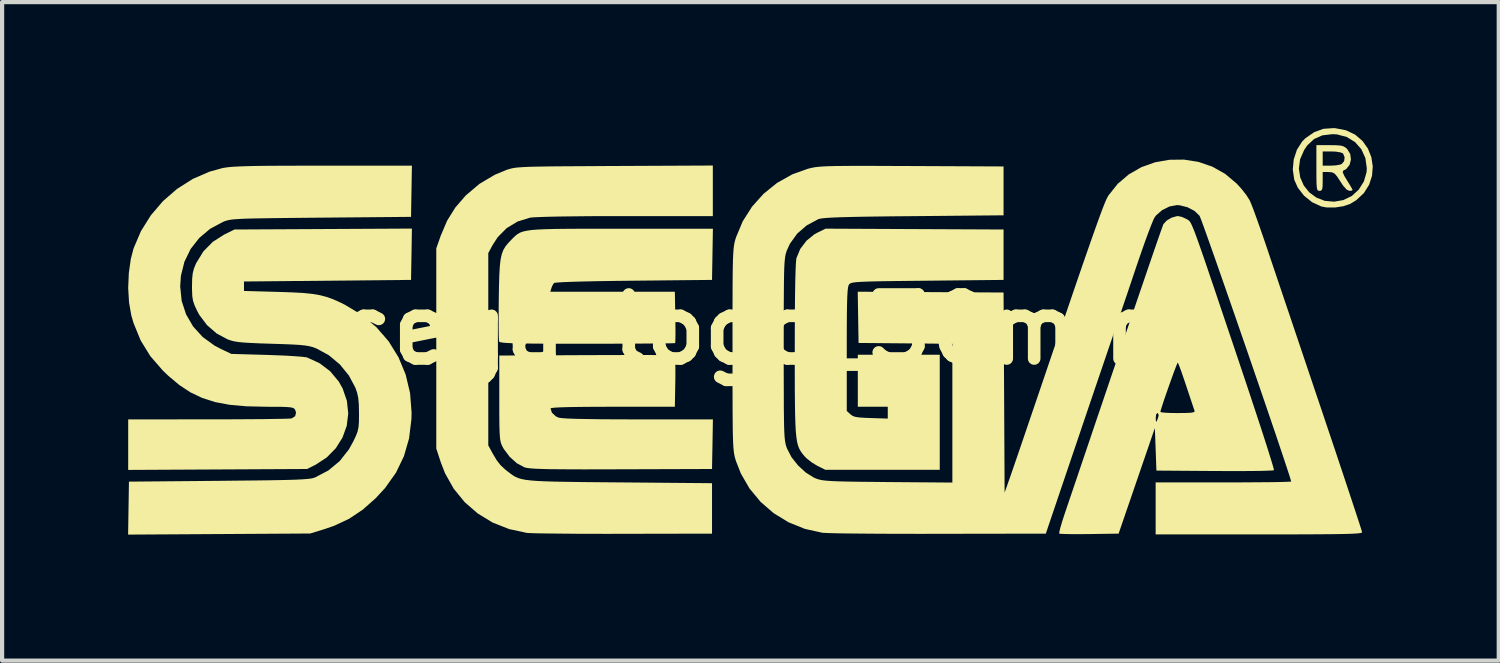
<source format=kicad_pcb>
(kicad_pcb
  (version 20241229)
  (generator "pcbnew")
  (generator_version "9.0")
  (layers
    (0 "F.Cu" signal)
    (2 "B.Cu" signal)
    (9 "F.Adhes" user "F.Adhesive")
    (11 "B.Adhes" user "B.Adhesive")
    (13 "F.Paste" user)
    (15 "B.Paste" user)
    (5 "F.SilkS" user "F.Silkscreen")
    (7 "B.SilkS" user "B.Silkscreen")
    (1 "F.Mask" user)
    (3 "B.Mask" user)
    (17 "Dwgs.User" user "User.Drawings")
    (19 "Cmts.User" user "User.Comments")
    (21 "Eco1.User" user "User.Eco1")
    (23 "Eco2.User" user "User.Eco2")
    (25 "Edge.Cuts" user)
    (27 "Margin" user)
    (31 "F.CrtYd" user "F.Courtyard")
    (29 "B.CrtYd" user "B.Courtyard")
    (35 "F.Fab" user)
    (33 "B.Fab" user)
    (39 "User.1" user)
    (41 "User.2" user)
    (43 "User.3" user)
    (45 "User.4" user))
  (footprint "sega_logo_30mm"
    (layer "F.Cu")
    (at 14.859 4.796)
    (property "Reference" "sega_logo_30mm" (at 0 0 0) (layer "F.SilkS") (effects (font (size 1.524 1.524) (thickness 0.3))))
    (attr board_only exclude_from_pos_files exclude_from_bom)
    (fp_poly (pts (xy 13.885 -4.793) (xy 14.141 -4.743) (xy 14.357 -4.639) (xy 14.53 -4.49) (xy 14.659 -4.308) (xy 14.741 -4.103) (xy 14.774 -3.884) (xy 14.757 -3.662) (xy 14.687 -3.447) (xy 14.563 -3.25) (xy 14.382 -3.08) (xy 14.241 -2.994) (xy 14.077 -2.937) (xy 13.878 -2.906) (xy 13.681 -2.906) (xy 13.55 -2.93) (xy 13.331 -3.031) (xy 13.138 -3.186) (xy 12.989 -3.378) (xy 12.905 -3.567) (xy 12.87 -3.808) (xy 12.872 -3.833) (xy 13.015 -3.833) (xy 13.047 -3.622) (xy 13.131 -3.43) (xy 13.261 -3.267) (xy 13.429 -3.143) (xy 13.629 -3.065) (xy 13.853 -3.044) (xy 14.072 -3.082) (xy 14.275 -3.18) (xy 14.442 -3.333) (xy 14.563 -3.527) (xy 14.626 -3.745) (xy 14.632 -3.84) (xy 14.598 -4.083) (xy 14.502 -4.294) (xy 14.351 -4.464) (xy 14.156 -4.584) (xy 13.923 -4.646) (xy 13.814 -4.652) (xy 13.575 -4.624) (xy 13.378 -4.537) (xy 13.217 -4.386) (xy 13.141 -4.276) (xy 13.044 -4.054) (xy 13.015 -3.833) (xy 12.872 -3.833) (xy 12.893 -4.052) (xy 12.969 -4.282) (xy 13.093 -4.477) (xy 13.173 -4.557) (xy 13.383 -4.701) (xy 13.599 -4.779) (xy 13.841 -4.796)) (stroke (width 0) (type solid)) (fill yes) (layer "F.SilkS"))
    (fp_poly (pts (xy 13.912 -4.388) (xy 14.017 -4.379) (xy 14.086 -4.358) (xy 14.139 -4.322) (xy 14.165 -4.298) (xy 14.237 -4.181) (xy 14.255 -4.048) (xy 14.222 -3.921) (xy 14.142 -3.822) (xy 14.07 -3.783) (xy 14.059 -3.746) (xy 14.098 -3.656) (xy 14.159 -3.555) (xy 14.227 -3.445) (xy 14.276 -3.361) (xy 14.295 -3.322) (xy 14.263 -3.306) (xy 14.218 -3.302) (xy 14.152 -3.332) (xy 14.069 -3.425) (xy 14.003 -3.525) (xy 13.926 -3.643) (xy 13.868 -3.71) (xy 13.812 -3.741) (xy 13.74 -3.75) (xy 13.722 -3.75) (xy 13.582 -3.752) (xy 13.582 -3.527) (xy 13.579 -3.401) (xy 13.567 -3.333) (xy 13.54 -3.306) (xy 13.507 -3.302) (xy 13.477 -3.305) (xy 13.457 -3.324) (xy 13.444 -3.37) (xy 13.436 -3.453) (xy 13.433 -3.585) (xy 13.432 -3.778) (xy 13.432 -3.846) (xy 13.432 -3.902) (xy 13.582 -3.902) (xy 13.772 -3.902) (xy 13.898 -3.909) (xy 14.002 -3.928) (xy 14.034 -3.941) (xy 14.092 -4.008) (xy 14.104 -4.103) (xy 14.067 -4.19) (xy 14.062 -4.195) (xy 14.002 -4.219) (xy 13.894 -4.236) (xy 13.799 -4.24) (xy 13.582 -4.24) (xy 13.582 -3.902) (xy 13.432 -3.902) (xy 13.432 -4.39) (xy 13.752 -4.39)) (stroke (width 0) (type solid)) (fill yes) (layer "F.SilkS"))
    (fp_poly (pts (xy -2.571 0.606) (xy -2.315 0.607) (xy -2.109 0.608) (xy -1.96 0.61) (xy -1.875 0.612) (xy -1.857 0.614) (xy -1.843 0.657) (xy -1.833 0.769) (xy -1.829 0.943) (xy -1.83 1.175) (xy -1.831 1.233) (xy -1.842 1.838) (xy -3.322 1.838) (xy -3.741 1.839) (xy -4.088 1.842) (xy -4.363 1.846) (xy -4.57 1.852) (xy -4.71 1.86) (xy -4.786 1.87) (xy -4.802 1.878) (xy -4.768 1.981) (xy -4.676 2.066) (xy -4.61 2.097) (xy -4.54 2.108) (xy -4.401 2.118) (xy -4.192 2.126) (xy -3.911 2.131) (xy -3.558 2.136) (xy -3.132 2.138) (xy -2.714 2.139) (xy -0.936 2.139) (xy -0.946 2.729) (xy -0.957 3.32) (xy -3.114 3.327) (xy -3.583 3.328) (xy -3.983 3.329) (xy -4.32 3.328) (xy -4.599 3.326) (xy -4.827 3.324) (xy -5.009 3.319) (xy -5.15 3.314) (xy -5.258 3.307) (xy -5.337 3.298) (xy -5.394 3.288) (xy -5.427 3.278) (xy -5.604 3.183) (xy -5.773 3.032) (xy -5.912 2.847) (xy -5.938 2.802) (xy -5.963 2.753) (xy -5.982 2.702) (xy -5.997 2.641) (xy -6.007 2.56) (xy -6.014 2.448) (xy -6.019 2.297) (xy -6.021 2.097) (xy -6.022 1.838) (xy -6.022 1.632) (xy -6.022 0.619) (xy -3.958 0.609) (xy -3.571 0.608) (xy -3.206 0.607) (xy -2.871 0.606)) (stroke (width 0) (type solid)) (fill yes) (layer "F.SilkS"))
    (fp_poly (pts (xy 3.865 -2.392) (xy 5.984 -2.382) (xy 5.984 -1.182) (xy 4.171 -1.163) (xy 3.755 -1.159) (xy 3.407 -1.155) (xy 3.122 -1.151) (xy 2.893 -1.146) (xy 2.713 -1.141) (xy 2.576 -1.135) (xy 2.476 -1.128) (xy 2.405 -1.119) (xy 2.359 -1.109) (xy 2.33 -1.096) (xy 2.312 -1.081) (xy 2.304 -1.071) (xy 2.29 -1.041) (xy 2.279 -0.987) (xy 2.27 -0.902) (xy 2.263 -0.78) (xy 2.258 -0.615) (xy 2.254 -0.399) (xy 2.252 -0.125) (xy 2.251 0.212) (xy 2.251 0.47) (xy 2.251 1.938) (xy 2.336 2.016) (xy 2.384 2.052) (xy 2.447 2.077) (xy 2.542 2.092) (xy 2.684 2.102) (xy 2.823 2.107) (xy 3.227 2.12) (xy 3.227 1.838) (xy 2.514 1.838) (xy 2.514 0.6) (xy 4.465 0.6) (xy 4.465 3.339) (xy 1.741 3.339) (xy 1.546 3.242) (xy 1.412 3.16) (xy 1.288 3.061) (xy 1.237 3.007) (xy 1.191 2.95) (xy 1.151 2.893) (xy 1.118 2.832) (xy 1.09 2.76) (xy 1.068 2.671) (xy 1.051 2.557) (xy 1.037 2.414) (xy 1.028 2.235) (xy 1.021 2.013) (xy 1.017 1.743) (xy 1.014 1.417) (xy 1.013 1.031) (xy 1.013 0.576) (xy 1.013 0.479) (xy 1.014 -0.021) (xy 1.016 -0.461) (xy 1.02 -0.838) (xy 1.025 -1.151) (xy 1.032 -1.398) (xy 1.04 -1.575) (xy 1.049 -1.68) (xy 1.053 -1.7) (xy 1.143 -1.918) (xy 1.291 -2.114) (xy 1.479 -2.267) (xy 1.546 -2.304) (xy 1.747 -2.402)) (stroke (width 0) (type solid)) (fill yes) (layer "F.SilkS"))
    (fp_poly (pts (xy -0.957 -1.182) (xy -2.821 -1.163) (xy -3.269 -1.158) (xy -3.664 -1.152) (xy -4.001 -1.145) (xy -4.277 -1.137) (xy -4.49 -1.129) (xy -4.636 -1.12) (xy -4.711 -1.111) (xy -4.721 -1.107) (xy -4.76 -1.042) (xy -4.782 -0.985) (xy -4.807 -0.9) (xy -1.842 -0.9) (xy -1.831 -0.297) (xy -1.828 -0.092) (xy -1.827 0.085) (xy -1.829 0.221) (xy -1.832 0.303) (xy -1.835 0.322) (xy -1.875 0.325) (xy -1.982 0.328) (xy -2.151 0.33) (xy -2.375 0.332) (xy -2.646 0.334) (xy -2.958 0.336) (xy -3.305 0.337) (xy -3.678 0.338) (xy -3.928 0.338) (xy -4.384 0.337) (xy -4.77 0.337) (xy -5.092 0.335) (xy -5.355 0.333) (xy -5.566 0.329) (xy -5.729 0.325) (xy -5.85 0.319) (xy -5.935 0.312) (xy -5.989 0.303) (xy -6.018 0.293) (xy -6.026 0.284) (xy -6.031 0.234) (xy -6.035 0.118) (xy -6.037 -0.05) (xy -6.037 -0.262) (xy -6.036 -0.505) (xy -6.034 -0.719) (xy -6.029 -1.045) (xy -6.021 -1.306) (xy -6.009 -1.511) (xy -5.99 -1.672) (xy -5.962 -1.798) (xy -5.923 -1.899) (xy -5.871 -1.985) (xy -5.804 -2.066) (xy -5.738 -2.135) (xy -5.685 -2.189) (xy -5.636 -2.235) (xy -5.587 -2.273) (xy -5.53 -2.306) (xy -5.461 -2.332) (xy -5.372 -2.352) (xy -5.258 -2.369) (xy -5.112 -2.381) (xy -4.93 -2.389) (xy -4.704 -2.395) (xy -4.428 -2.398) (xy -4.097 -2.4) (xy -3.705 -2.4) (xy -3.245 -2.4) (xy -3.122 -2.4) (xy -0.936 -2.401)) (stroke (width 0) (type solid)) (fill yes) (layer "F.SilkS"))
    (fp_poly (pts (xy -0.938 -2.701) (xy -3.015 -2.701) (xy -3.471 -2.701) (xy -3.89 -2.699) (xy -4.264 -2.695) (xy -4.59 -2.691) (xy -4.861 -2.685) (xy -5.073 -2.678) (xy -5.22 -2.671) (xy -5.293 -2.663) (xy -5.588 -2.571) (xy -5.846 -2.415) (xy -6.059 -2.2) (xy -6.184 -2.007) (xy -6.284 -1.82) (xy -6.284 2.758) (xy -6.182 2.945) (xy -6.086 3.108) (xy -5.993 3.228) (xy -5.879 3.334) (xy -5.813 3.386) (xy -5.751 3.433) (xy -5.693 3.474) (xy -5.635 3.508) (xy -5.57 3.536) (xy -5.491 3.559) (xy -5.393 3.578) (xy -5.27 3.593) (xy -5.114 3.605) (xy -4.921 3.614) (xy -4.683 3.621) (xy -4.396 3.626) (xy -4.052 3.631) (xy -3.645 3.635) (xy -3.17 3.639) (xy -3.152 3.639) (xy -0.957 3.658) (xy -0.957 4.859) (xy -3.058 4.863) (xy -3.455 4.864) (xy -3.835 4.863) (xy -4.191 4.862) (xy -4.514 4.859) (xy -4.797 4.856) (xy -5.033 4.853) (xy -5.213 4.849) (xy -5.331 4.844) (xy -5.368 4.841) (xy -5.79 4.75) (xy -6.181 4.595) (xy -6.535 4.379) (xy -6.846 4.109) (xy -7.107 3.789) (xy -7.313 3.423) (xy -7.414 3.163) (xy -7.522 2.833) (xy -7.522 -1.932) (xy -7.417 -2.232) (xy -7.264 -2.591) (xy -7.071 -2.902) (xy -6.826 -3.186) (xy -6.812 -3.2) (xy -6.492 -3.47) (xy -6.131 -3.684) (xy -5.853 -3.8) (xy -5.802 -3.816) (xy -5.751 -3.831) (xy -5.695 -3.843) (xy -5.627 -3.854) (xy -5.541 -3.862) (xy -5.432 -3.869) (xy -5.293 -3.875) (xy -5.118 -3.879) (xy -4.901 -3.883) (xy -4.636 -3.886) (xy -4.317 -3.888) (xy -3.938 -3.89) (xy -3.492 -3.893) (xy -3.273 -3.894) (xy -0.938 -3.905)) (stroke (width 0) (type solid)) (fill yes) (layer "F.SilkS"))
    (fp_poly (pts (xy -8.112 -1.793) (xy -8.123 -1.182) (xy -12.1 -1.144) (xy -12.1 -0.919) (xy -11.274 -0.896) (xy -10.951 -0.885) (xy -10.689 -0.871) (xy -10.473 -0.849) (xy -10.291 -0.818) (xy -10.127 -0.775) (xy -9.968 -0.717) (xy -9.8 -0.641) (xy -9.699 -0.591) (xy -9.297 -0.349) (xy -8.948 -0.056) (xy -8.655 0.282) (xy -8.422 0.659) (xy -8.251 1.071) (xy -8.146 1.511) (xy -8.11 1.974) (xy -8.114 2.137) (xy -8.17 2.593) (xy -8.292 3.015) (xy -8.481 3.407) (xy -8.74 3.772) (xy -8.963 4.014) (xy -9.275 4.29) (xy -9.596 4.504) (xy -9.946 4.669) (xy -10.186 4.752) (xy -10.524 4.856) (xy -12.692 4.869) (xy -14.859 4.882) (xy -14.839 3.621) (xy -12.7 3.602) (xy -12.238 3.597) (xy -11.845 3.593) (xy -11.515 3.589) (xy -11.242 3.584) (xy -11.02 3.579) (xy -10.843 3.573) (xy -10.705 3.566) (xy -10.599 3.558) (xy -10.52 3.549) (xy -10.461 3.538) (xy -10.418 3.525) (xy -10.406 3.52) (xy -10.09 3.354) (xy -9.821 3.131) (xy -9.601 2.851) (xy -9.498 2.664) (xy -9.436 2.533) (xy -9.396 2.43) (xy -9.374 2.33) (xy -9.364 2.211) (xy -9.362 2.048) (xy -9.362 1.988) (xy -9.366 1.785) (xy -9.379 1.632) (xy -9.405 1.508) (xy -9.446 1.39) (xy -9.446 1.388) (xy -9.603 1.094) (xy -9.817 0.831) (xy -10.076 0.614) (xy -10.366 0.455) (xy -10.393 0.444) (xy -10.469 0.416) (xy -10.551 0.395) (xy -10.65 0.379) (xy -10.777 0.366) (xy -10.945 0.356) (xy -11.164 0.347) (xy -11.443 0.338) (xy -11.726 0.329) (xy -11.945 0.319) (xy -12.112 0.309) (xy -12.239 0.296) (xy -12.338 0.28) (xy -12.42 0.258) (xy -12.494 0.232) (xy -12.752 0.093) (xy -12.981 -0.106) (xy -13.164 -0.349) (xy -13.214 -0.442) (xy -13.275 -0.573) (xy -13.312 -0.68) (xy -13.331 -0.793) (xy -13.337 -0.939) (xy -13.338 -1.031) (xy -13.334 -1.211) (xy -13.32 -1.343) (xy -13.291 -1.455) (xy -13.242 -1.574) (xy -13.238 -1.582) (xy -13.067 -1.861) (xy -12.841 -2.09) (xy -12.574 -2.26) (xy -12.327 -2.382) (xy -10.214 -2.393) (xy -8.102 -2.404)) (stroke (width 0) (type solid)) (fill yes) (layer "F.SilkS"))
    (fp_poly (pts (xy -8.123 -2.683) (xy -10.261 -2.664) (xy -10.716 -2.66) (xy -11.103 -2.656) (xy -11.426 -2.652) (xy -11.694 -2.648) (xy -11.912 -2.644) (xy -12.086 -2.639) (xy -12.223 -2.632) (xy -12.328 -2.625) (xy -12.409 -2.616) (xy -12.471 -2.605) (xy -12.522 -2.592) (xy -12.566 -2.577) (xy -12.596 -2.565) (xy -12.906 -2.399) (xy -13.166 -2.18) (xy -13.372 -1.916) (xy -13.519 -1.613) (xy -13.602 -1.278) (xy -13.619 -1.027) (xy -13.584 -0.682) (xy -13.479 -0.361) (xy -13.311 -0.073) (xy -13.083 0.178) (xy -12.799 0.384) (xy -12.65 0.462) (xy -12.4 0.58) (xy -11.556 0.604) (xy -11.305 0.613) (xy -11.073 0.623) (xy -10.873 0.636) (xy -10.718 0.648) (xy -10.619 0.66) (xy -10.598 0.665) (xy -10.303 0.8) (xy -10.049 0.992) (xy -9.846 1.235) (xy -9.751 1.403) (xy -9.65 1.698) (xy -9.618 1.998) (xy -9.654 2.292) (xy -9.754 2.57) (xy -9.913 2.824) (xy -10.129 3.044) (xy -10.399 3.221) (xy -10.42 3.231) (xy -10.599 3.32) (xy -12.728 3.331) (xy -14.857 3.342) (xy -14.857 2.139) (xy -12.953 2.138) (xy -12.58 2.138) (xy -12.228 2.136) (xy -11.904 2.134) (xy -11.616 2.132) (xy -11.372 2.128) (xy -11.178 2.125) (xy -11.043 2.121) (xy -10.973 2.117) (xy -10.967 2.116) (xy -10.882 2.063) (xy -10.86 1.977) (xy -10.882 1.911) (xy -10.9 1.885) (xy -10.932 1.866) (xy -10.986 1.853) (xy -11.075 1.845) (xy -11.209 1.84) (xy -11.398 1.839) (xy -11.591 1.838) (xy -12.046 1.827) (xy -12.441 1.792) (xy -12.786 1.727) (xy -13.094 1.629) (xy -13.375 1.495) (xy -13.641 1.32) (xy -13.904 1.099) (xy -14.033 0.975) (xy -14.33 0.633) (xy -14.561 0.258) (xy -14.73 -0.156) (xy -14.783 -0.338) (xy -14.837 -0.646) (xy -14.857 -0.99) (xy -14.842 -1.344) (xy -14.795 -1.679) (xy -14.729 -1.932) (xy -14.553 -2.344) (xy -14.316 -2.722) (xy -14.027 -3.06) (xy -13.692 -3.35) (xy -13.32 -3.586) (xy -12.918 -3.76) (xy -12.61 -3.845) (xy -12.539 -3.857) (xy -12.451 -3.868) (xy -12.34 -3.877) (xy -12.2 -3.884) (xy -12.024 -3.89) (xy -11.807 -3.895) (xy -11.542 -3.898) (xy -11.223 -3.9) (xy -10.844 -3.901) (xy -10.398 -3.902) (xy -10.22 -3.902) (xy -8.102 -3.902)) (stroke (width 0) (type solid)) (fill yes) (layer "F.SilkS"))
    (fp_poly (pts (xy 10.228 -2.682) (xy 10.333 -2.635) (xy 10.34 -2.63) (xy 10.362 -2.618) (xy 10.381 -2.607) (xy 10.399 -2.593) (xy 10.418 -2.572) (xy 10.439 -2.54) (xy 10.463 -2.491) (xy 10.493 -2.422) (xy 10.531 -2.329) (xy 10.576 -2.207) (xy 10.632 -2.051) (xy 10.7 -1.858) (xy 10.781 -1.624) (xy 10.876 -1.343) (xy 10.989 -1.011) (xy 11.119 -0.625) (xy 11.269 -0.18) (xy 11.441 0.329) (xy 11.589 0.769) (xy 11.73 1.189) (xy 11.863 1.588) (xy 11.986 1.96) (xy 12.098 2.3) (xy 12.196 2.603) (xy 12.279 2.862) (xy 12.344 3.072) (xy 12.391 3.226) (xy 12.417 3.321) (xy 12.422 3.349) (xy 12.379 3.355) (xy 12.271 3.36) (xy 12.104 3.365) (xy 11.887 3.368) (xy 11.629 3.369) (xy 11.339 3.369) (xy 11.024 3.368) (xy 11.009 3.368) (xy 9.623 3.358) (xy 9.605 2.851) (xy 9.586 2.345) (xy 9.348 3.039) (xy 9.256 3.306) (xy 9.156 3.598) (xy 9.056 3.889) (xy 8.966 4.152) (xy 8.916 4.296) (xy 8.723 4.859) (xy 8.027 4.869) (xy 7.806 4.871) (xy 7.611 4.871) (xy 7.455 4.868) (xy 7.351 4.864) (xy 7.309 4.858) (xy 7.312 4.816) (xy 7.336 4.718) (xy 7.377 4.579) (xy 7.429 4.416) (xy 7.743 3.49) (xy 8.035 2.628) (xy 8.213 2.101) (xy 9.607 2.101) (xy 9.607 2.11) (xy 9.612 2.186) (xy 9.625 2.193) (xy 9.642 2.157) (xy 9.67 2.075) (xy 9.677 2.035) (xy 9.656 1.992) (xy 9.642 1.988) (xy 9.617 2.021) (xy 9.607 2.101) (xy 8.213 2.101) (xy 8.261 1.96) (xy 9.717 1.96) (xy 9.752 1.972) (xy 9.847 1.981) (xy 9.987 1.987) (xy 10.134 1.988) (xy 10.324 1.986) (xy 10.448 1.98) (xy 10.515 1.967) (xy 10.534 1.947) (xy 10.533 1.942) (xy 10.516 1.891) (xy 10.48 1.783) (xy 10.429 1.63) (xy 10.368 1.447) (xy 10.333 1.341) (xy 10.269 1.152) (xy 10.213 0.99) (xy 10.168 0.869) (xy 10.139 0.8) (xy 10.131 0.788) (xy 10.114 0.821) (xy 10.078 0.912) (xy 10.028 1.044) (xy 9.97 1.205) (xy 9.908 1.38) (xy 9.847 1.554) (xy 9.792 1.714) (xy 9.75 1.845) (xy 9.723 1.932) (xy 9.717 1.96) (xy 8.261 1.96) (xy 8.305 1.831) (xy 8.553 1.099) (xy 8.779 0.433) (xy 8.983 -0.166) (xy 9.164 -0.699) (xy 9.323 -1.164) (xy 9.459 -1.562) (xy 9.572 -1.891) (xy 9.662 -2.151) (xy 9.729 -2.342) (xy 9.772 -2.462) (xy 9.791 -2.512) (xy 9.792 -2.512) (xy 9.869 -2.596) (xy 9.987 -2.665) (xy 10.112 -2.7) (xy 10.138 -2.701)) (stroke (width 0) (type solid)) (fill yes) (layer "F.SilkS"))
    (fp_poly (pts (xy 10.622 -3.992) (xy 10.953 -3.879) (xy 11.261 -3.706) (xy 11.537 -3.473) (xy 11.655 -3.342) (xy 11.763 -3.203) (xy 11.839 -3.085) (xy 11.848 -3.067) (xy 11.883 -2.985) (xy 11.938 -2.843) (xy 12.007 -2.653) (xy 12.088 -2.425) (xy 12.176 -2.172) (xy 12.267 -1.906) (xy 12.333 -1.708) (xy 12.421 -1.448) (xy 12.527 -1.133) (xy 12.649 -0.771) (xy 12.785 -0.37) (xy 12.93 0.061) (xy 13.083 0.515) (xy 13.241 0.984) (xy 13.401 1.459) (xy 13.56 1.929) (xy 13.709 2.373) (xy 13.852 2.797) (xy 13.985 3.196) (xy 14.108 3.564) (xy 14.218 3.896) (xy 14.314 4.186) (xy 14.394 4.429) (xy 14.456 4.619) (xy 14.498 4.75) (xy 14.518 4.819) (xy 14.52 4.827) (xy 14.509 4.837) (xy 14.474 4.846) (xy 14.41 4.854) (xy 14.311 4.86) (xy 14.174 4.865) (xy 13.992 4.869) (xy 13.762 4.872) (xy 13.478 4.874) (xy 13.135 4.876) (xy 12.729 4.877) (xy 12.255 4.877) (xy 12.062 4.877) (xy 9.605 4.877) (xy 9.605 3.639) (xy 11.218 3.639) (xy 11.558 3.639) (xy 11.873 3.637) (xy 12.157 3.635) (xy 12.4 3.633) (xy 12.597 3.629) (xy 12.738 3.625) (xy 12.817 3.621) (xy 12.831 3.618) (xy 12.819 3.572) (xy 12.785 3.461) (xy 12.729 3.291) (xy 12.656 3.07) (xy 12.566 2.802) (xy 12.463 2.495) (xy 12.347 2.155) (xy 12.222 1.788) (xy 12.089 1.4) (xy 11.951 0.998) (xy 11.81 0.587) (xy 11.667 0.174) (xy 11.526 -0.234) (xy 11.388 -0.632) (xy 11.255 -1.014) (xy 11.13 -1.372) (xy 11.015 -1.701) (xy 10.911 -1.994) (xy 10.822 -2.246) (xy 10.749 -2.45) (xy 10.694 -2.599) (xy 10.659 -2.688) (xy 10.649 -2.71) (xy 10.529 -2.825) (xy 10.363 -2.912) (xy 10.18 -2.958) (xy 10.111 -2.963) (xy 9.934 -2.93) (xy 9.759 -2.843) (xy 9.615 -2.717) (xy 9.582 -2.673) (xy 9.548 -2.606) (xy 9.496 -2.478) (xy 9.428 -2.301) (xy 9.348 -2.083) (xy 9.261 -1.836) (xy 9.17 -1.57) (xy 9.162 -1.548) (xy 9.053 -1.224) (xy 8.932 -0.865) (xy 8.806 -0.494) (xy 8.685 -0.136) (xy 8.575 0.187) (xy 8.523 0.338) (xy 8.449 0.556) (xy 8.354 0.835) (xy 8.243 1.161) (xy 8.12 1.522) (xy 7.989 1.908) (xy 7.854 2.307) (xy 7.719 2.706) (xy 7.606 3.039) (xy 6.99 4.859) (xy 4.442 4.863) (xy 4.005 4.864) (xy 3.585 4.863) (xy 3.189 4.862) (xy 2.823 4.86) (xy 2.496 4.857) (xy 2.212 4.854) (xy 1.98 4.85) (xy 1.806 4.845) (xy 1.697 4.84) (xy 1.67 4.838) (xy 1.254 4.746) (xy 0.865 4.589) (xy 0.512 4.373) (xy 0.2 4.103) (xy -0.063 3.786) (xy -0.271 3.427) (xy -0.386 3.133) (xy -0.403 3.079) (xy -0.417 3.026) (xy -0.429 2.968) (xy -0.439 2.9) (xy -0.447 2.816) (xy -0.454 2.708) (xy -0.459 2.572) (xy -0.463 2.401) (xy -0.465 2.19) (xy -0.467 1.931) (xy -0.468 1.62) (xy -0.469 1.25) (xy -0.469 0.816) (xy -0.469 0.469) (xy -0.469 -0.015) (xy -0.469 -0.429) (xy -0.468 -0.781) (xy -0.467 -1.076) (xy -0.465 -1.319) (xy -0.462 -1.518) (xy -0.458 -1.678) (xy -0.452 -1.805) (xy -0.445 -1.905) (xy -0.436 -1.984) (xy -0.426 -2.048) (xy -0.413 -2.104) (xy -0.398 -2.156) (xy -0.386 -2.195) (xy -0.226 -2.577) (xy -0.004 -2.926) (xy 0.272 -3.234) (xy 0.594 -3.493) (xy 0.954 -3.695) (xy 1.315 -3.825) (xy 1.378 -3.841) (xy 1.44 -3.855) (xy 1.509 -3.867) (xy 1.589 -3.876) (xy 1.689 -3.883) (xy 1.814 -3.889) (xy 1.971 -3.893) (xy 2.166 -3.895) (xy 2.405 -3.897) (xy 2.696 -3.897) (xy 3.044 -3.896) (xy 3.456 -3.894) (xy 3.793 -3.893) (xy 5.984 -3.883) (xy 5.984 -2.72) (xy 3.846 -2.7) (xy 3.37 -2.696) (xy 2.963 -2.691) (xy 2.621 -2.686) (xy 2.338 -2.68) (xy 2.108 -2.674) (xy 1.927 -2.667) (xy 1.788 -2.659) (xy 1.687 -2.65) (xy 1.617 -2.64) (xy 1.576 -2.629) (xy 1.3 -2.482) (xy 1.071 -2.284) (xy 0.898 -2.044) (xy 0.826 -1.887) (xy 0.81 -1.841) (xy 0.796 -1.793) (xy 0.785 -1.737) (xy 0.776 -1.665) (xy 0.768 -1.571) (xy 0.762 -1.45) (xy 0.758 -1.295) (xy 0.755 -1.099) (xy 0.753 -0.857) (xy 0.751 -0.562) (xy 0.751 -0.208) (xy 0.75 0.211) (xy 0.75 0.469) (xy 0.75 0.925) (xy 0.751 1.313) (xy 0.752 1.639) (xy 0.753 1.908) (xy 0.756 2.127) (xy 0.759 2.303) (xy 0.764 2.442) (xy 0.77 2.55) (xy 0.779 2.633) (xy 0.789 2.698) (xy 0.801 2.751) (xy 0.816 2.798) (xy 0.832 2.84) (xy 0.936 3.04) (xy 1.09 3.234) (xy 1.272 3.402) (xy 1.464 3.523) (xy 1.519 3.547) (xy 1.572 3.565) (xy 1.631 3.58) (xy 1.704 3.592) (xy 1.799 3.601) (xy 1.924 3.609) (xy 2.087 3.615) (xy 2.294 3.62) (xy 2.553 3.624) (xy 2.873 3.627) (xy 3.236 3.631) (xy 4.765 3.643) (xy 4.765 0.339) (xy 3.649 0.329) (xy 2.532 0.319) (xy 2.522 -0.291) (xy 2.512 -0.901) (xy 5.984 -0.882) (xy 5.997 1.501) (xy 6.009 3.883) (xy 6.115 3.583) (xy 6.155 3.469) (xy 6.215 3.295) (xy 6.29 3.076) (xy 6.377 2.823) (xy 6.471 2.548) (xy 6.567 2.265) (xy 6.578 2.232) (xy 6.824 1.511) (xy 7.046 0.857) (xy 7.247 0.267) (xy 7.428 -0.262) (xy 7.589 -0.733) (xy 7.732 -1.151) (xy 7.858 -1.518) (xy 7.969 -1.837) (xy 8.065 -2.113) (xy 8.148 -2.348) (xy 8.219 -2.546) (xy 8.279 -2.711) (xy 8.329 -2.846) (xy 8.371 -2.953) (xy 8.405 -3.038) (xy 8.433 -3.102) (xy 8.457 -3.15) (xy 8.476 -3.184) (xy 8.479 -3.189) (xy 8.7 -3.468) (xy 8.966 -3.694) (xy 9.266 -3.866) (xy 9.591 -3.982) (xy 9.932 -4.042) (xy 10.279 -4.046)) (stroke (width 0) (type solid)) (fill yes) (layer "F.SilkS")))
  (gr_rect
    (start -3 -3)
    (end 32.633 12.678)
    (stroke (width 0.1) (type default))
    (fill no)
    (layer "Edge.Cuts")))
</source>
